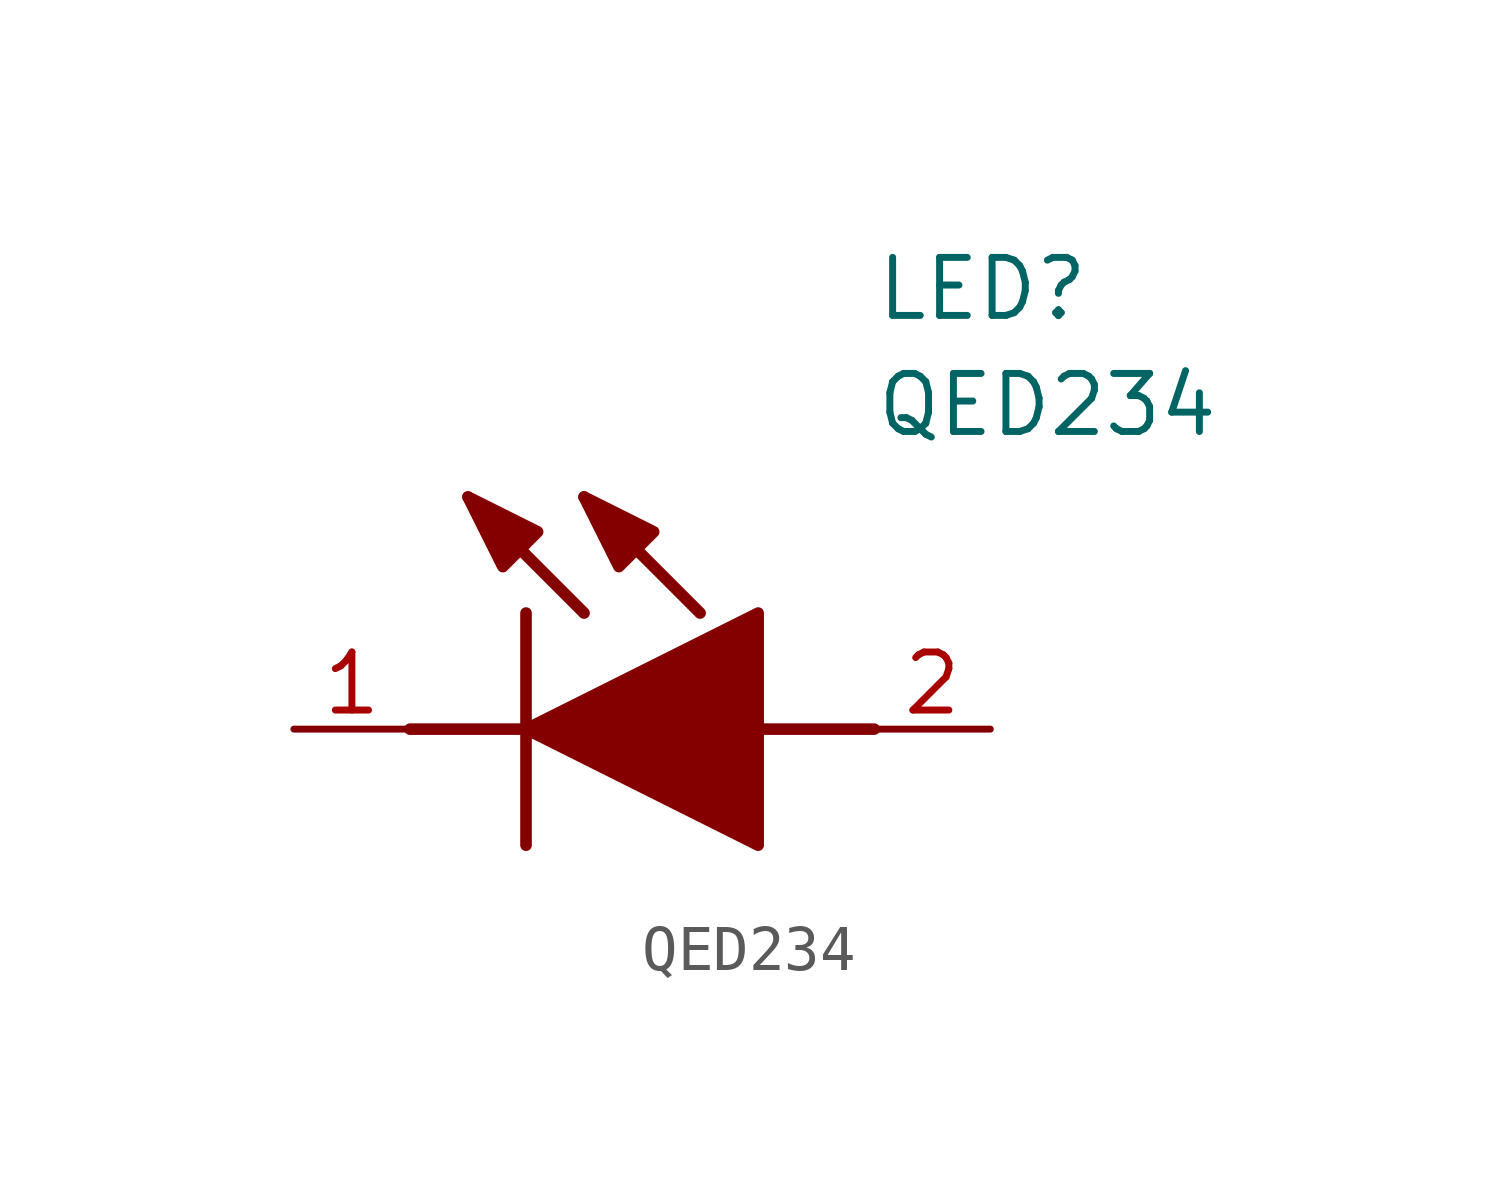
<source format=kicad_sym>
(kicad_symbol_lib
  (version 20211014)
  (generator SamacSys_ECAD_Model)
  (symbol "QED234"
    (pin_names hide)
    (property "Reference" "LED"
      (at 12.7 8.89 0)
      (effects (font (size 1.27 1.27)) (justify left bottom)))
    (property "Value" "QED234"
      (at 12.7 6.35 0)
      (effects (font (size 1.27 1.27)) (justify left bottom)))
    (polyline
      (pts (xy 5.08 2.54) (xy 5.08 -2.54))
      (stroke (width 0.254) (type default))
      (fill (type none)))
    (polyline
      (pts (xy 6.35 2.54) (xy 3.81 5.08))
      (stroke (width 0.254) (type default))
      (fill (type none)))
    (polyline
      (pts (xy 8.89 2.54) (xy 6.35 5.08))
      (stroke (width 0.254) (type default))
      (fill (type none)))
    (polyline
      (pts (xy 2.54 0) (xy 5.08 0))
      (stroke (width 0.254) (type default))
      (fill (type none)))
    (polyline
      (pts (xy 10.16 0) (xy 12.7 0))
      (stroke (width 0.254) (type default))
      (fill (type none)))
    (polyline
      (pts (xy 5.08 0) (xy 10.16 2.54) (xy 10.16 -2.54) (xy 5.08 0))
      (stroke (width 0.254) (type default))
      (fill (type outline)))
    (polyline
      (pts (xy 5.334 4.318) (xy 4.572 3.556) (xy 3.81 5.08) (xy 5.334 4.318))
      (stroke (width 0.254) (type default))
      (fill (type outline)))
    (polyline
      (pts (xy 7.874 4.318) (xy 7.112 3.556) (xy 6.35 5.08) (xy 7.874 4.318))
      (stroke (width 0.254) (type default))
      (fill (type outline)))
    (pin passive line
      (at 0 0 0)
      (length 2.54)
      (name "K" (effects (font (size 1.27 1.27))))
      (number "1" (effects (font (size 1.27 1.27)))))
    (pin passive line
      (at 15.24 0 180)
      (length 2.54)
      (name "A" (effects (font (size 1.27 1.27))))
      (number "2" (effects (font (size 1.27 1.27)))))))
</source>
